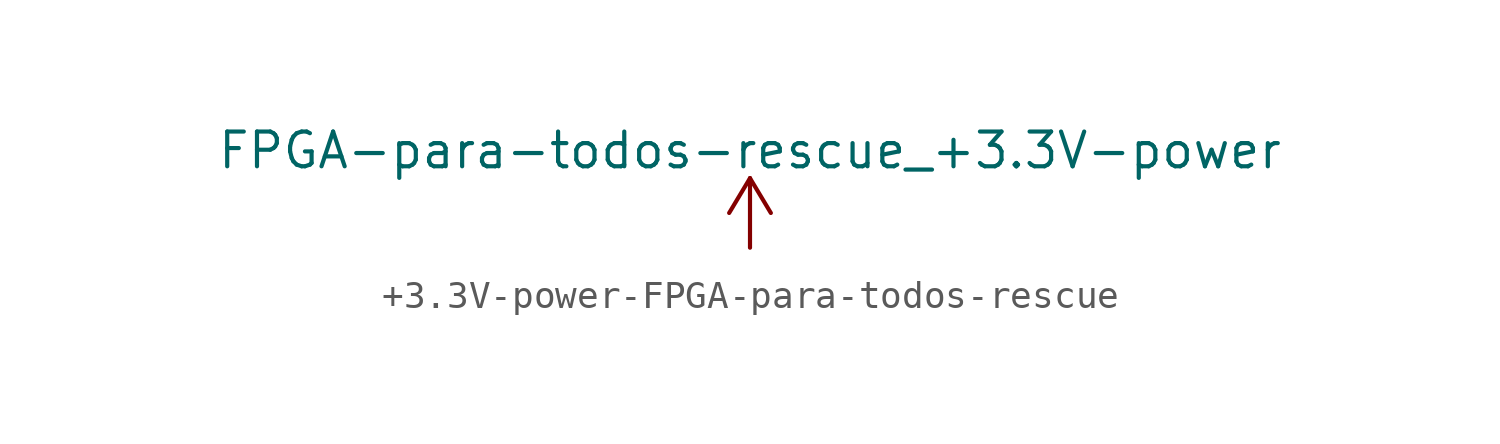
<source format=kicad_sym>
(kicad_symbol_lib
  (version 20231120)
  (generator "kicad_symbol_editor")
  (generator_version "8.0")
  (symbol "+3.3V-power-FPGA-para-todos-rescue"
    (power)
    (pin_names
      (offset 0))
    (property "Reference" "#PWR"
      (at 0 -3.81 0)
      (effects (font (size 1.27 1.27)) (hide yes)))
    (property "Value" "FPGA-para-todos-rescue_+3.3V-power"
      (at 0 3.556 0)
      (effects (font (size 1.27 1.27))))
    (symbol "+3.3V-power-FPGA-para-todos-rescue_0_1"
      (polyline (pts (xy -0.762 1.27) (xy 0 2.54)) (stroke (width 0) (type solid)) (fill (type none)))
      (polyline (pts (xy 0 0) (xy 0 2.54)) (stroke (width 0) (type solid)) (fill (type none)))
      (polyline (pts (xy 0 2.54) (xy 0.762 1.27)) (stroke (width 0) (type solid)) (fill (type none))))
    (symbol "+3.3V-power-FPGA-para-todos-rescue_1_1"
      (pin power_in line (at 0 0 90) (length 0) hide (name "+3V3" (effects (font (size 1.27 1.27)))) (number "1" (effects (font (size 1.27 1.27))))))))
</source>
